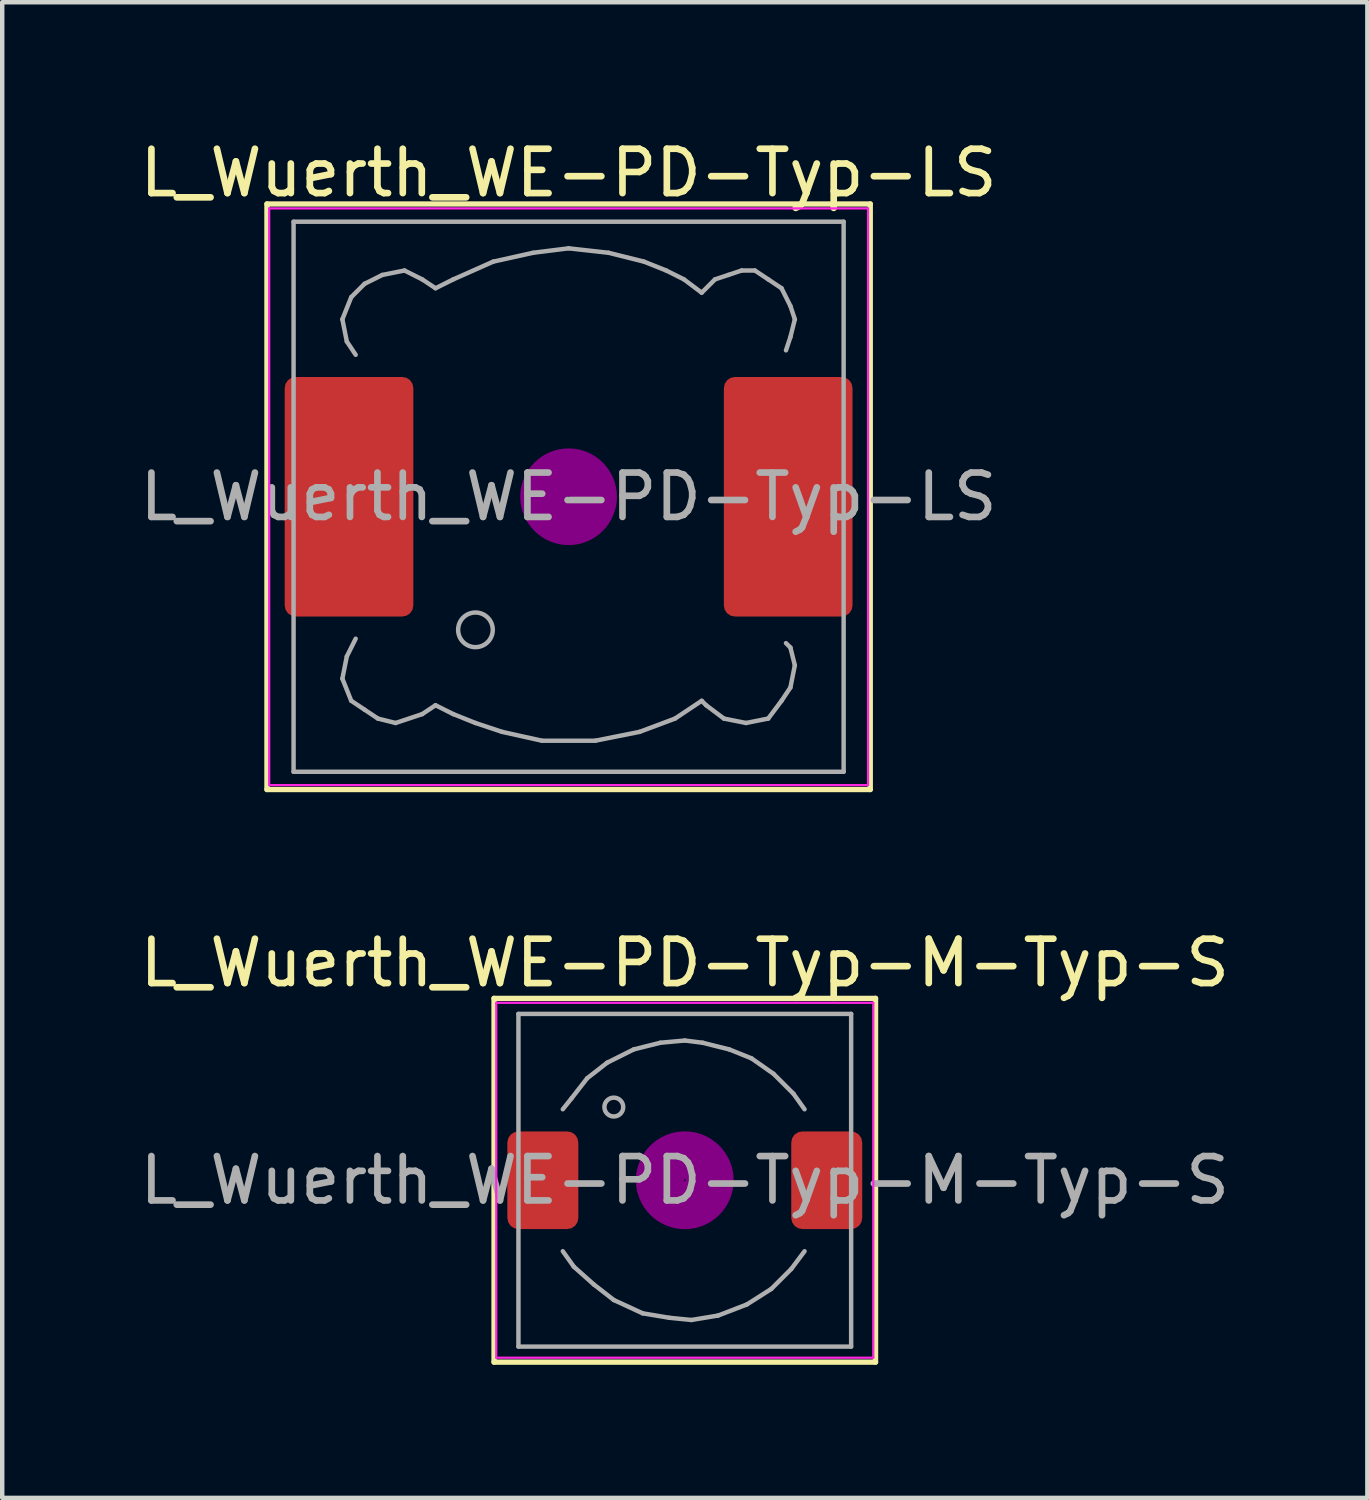
<source format=kicad_pcb>
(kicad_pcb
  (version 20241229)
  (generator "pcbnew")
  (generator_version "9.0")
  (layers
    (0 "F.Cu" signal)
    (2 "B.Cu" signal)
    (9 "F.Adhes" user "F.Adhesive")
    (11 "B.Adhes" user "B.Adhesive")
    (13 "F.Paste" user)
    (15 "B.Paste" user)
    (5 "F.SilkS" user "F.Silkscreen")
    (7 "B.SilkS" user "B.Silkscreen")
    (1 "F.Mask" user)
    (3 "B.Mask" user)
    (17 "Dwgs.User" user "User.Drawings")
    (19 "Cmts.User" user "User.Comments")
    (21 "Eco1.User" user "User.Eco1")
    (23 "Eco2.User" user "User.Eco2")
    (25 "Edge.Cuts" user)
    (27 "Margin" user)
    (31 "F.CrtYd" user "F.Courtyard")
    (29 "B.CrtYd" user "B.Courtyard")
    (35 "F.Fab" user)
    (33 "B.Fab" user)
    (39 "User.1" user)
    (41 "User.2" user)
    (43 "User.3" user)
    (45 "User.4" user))
  (footprint "L_Wuerth_WE-PD-Typ-M-Typ-S"
    (layer "F.Cu")
    (at 12.387 23.556)
    (property "Reference" "L_Wuerth_WE-PD-Typ-M-Typ-S" (at 0 -4.9 0) (layer "F.SilkS") (effects (font (size 1 1) (thickness 0.15))))
    (attr smd)
    (fp_line (start -4.3 -4.1) (end -4.3 4.1) (stroke (width 0.12) (type solid)) (layer "F.SilkS"))
    (fp_line (start -4.3 4.1) (end 4.3 4.1) (stroke (width 0.12) (type solid)) (layer "F.SilkS"))
    (fp_line (start 4.3 -4.1) (end -4.3 -4.1) (stroke (width 0.12) (type solid)) (layer "F.SilkS"))
    (fp_line (start 4.3 4.1) (end 4.3 -4.1) (stroke (width 0.12) (type solid)) (layer "F.SilkS"))
    (fp_circle (center 0 0) (end 0.15 0.15) (stroke (width 0.38) (type solid)) (fill no) (layer "F.Adhes"))
    (fp_circle (center 0 0) (end 0.55 0.05) (stroke (width 0.38) (type solid)) (fill no) (layer "F.Adhes"))
    (fp_circle (center 0 0) (end 0.9 0.15) (stroke (width 0.38) (type solid)) (fill no) (layer "F.Adhes"))
    (fp_line (start -4.25 -4) (end 4.25 -4) (stroke (width 0.05) (type solid)) (layer "F.CrtYd"))
    (fp_line (start -4.25 4) (end -4.25 -4) (stroke (width 0.05) (type solid)) (layer "F.CrtYd"))
    (fp_line (start 4.25 -4) (end 4.25 4) (stroke (width 0.05) (type solid)) (layer "F.CrtYd"))
    (fp_line (start 4.25 4) (end -4.25 4) (stroke (width 0.05) (type solid)) (layer "F.CrtYd"))
    (fp_line (start -3.75 -3.75) (end -3.75 3.75) (stroke (width 0.1) (type solid)) (layer "F.Fab"))
    (fp_line (start -3.75 3.75) (end 3.75 3.75) (stroke (width 0.1) (type solid)) (layer "F.Fab"))
    (fp_line (start -2.75 1.6) (end -2.5 1.95) (stroke (width 0.1) (type solid)) (layer "F.Fab"))
    (fp_line (start -2.55 -1.85) (end -2.75 -1.6) (stroke (width 0.1) (type solid)) (layer "F.Fab"))
    (fp_line (start -2.5 1.95) (end -2.05 2.35) (stroke (width 0.1) (type solid)) (layer "F.Fab"))
    (fp_line (start -2.2 -2.3) (end -2.55 -1.85) (stroke (width 0.1) (type solid)) (layer "F.Fab"))
    (fp_line (start -2.05 2.35) (end -1.6 2.7) (stroke (width 0.1) (type solid)) (layer "F.Fab"))
    (fp_line (start -1.75 -2.65) (end -2.2 -2.3) (stroke (width 0.1) (type solid)) (layer "F.Fab"))
    (fp_line (start -1.6 2.7) (end -0.95 3) (stroke (width 0.1) (type solid)) (layer "F.Fab"))
    (fp_line (start -1.15 -2.95) (end -1.75 -2.65) (stroke (width 0.1) (type solid)) (layer "F.Fab"))
    (fp_line (start -0.95 3) (end -0.35 3.1) (stroke (width 0.1) (type solid)) (layer "F.Fab"))
    (fp_line (start -0.55 -3.1) (end -1.15 -2.95) (stroke (width 0.1) (type solid)) (layer "F.Fab"))
    (fp_line (start -0.35 3.1) (end 0.15 3.15) (stroke (width 0.1) (type solid)) (layer "F.Fab"))
    (fp_line (start 0 -3.15) (end -0.55 -3.1) (stroke (width 0.1) (type solid)) (layer "F.Fab"))
    (fp_line (start 0.15 3.15) (end 0.75 3.05) (stroke (width 0.1) (type solid)) (layer "F.Fab"))
    (fp_line (start 0.4 -3.1) (end 0 -3.15) (stroke (width 0.1) (type solid)) (layer "F.Fab"))
    (fp_line (start 0.75 3.05) (end 1.4 2.8) (stroke (width 0.1) (type solid)) (layer "F.Fab"))
    (fp_line (start 1 -2.95) (end 0.4 -3.1) (stroke (width 0.1) (type solid)) (layer "F.Fab"))
    (fp_line (start 1.4 2.8) (end 1.95 2.45) (stroke (width 0.1) (type solid)) (layer "F.Fab"))
    (fp_line (start 1.5 -2.75) (end 1 -2.95) (stroke (width 0.1) (type solid)) (layer "F.Fab"))
    (fp_line (start 1.95 2.45) (end 2.4 2) (stroke (width 0.1) (type solid)) (layer "F.Fab"))
    (fp_line (start 2 -2.4) (end 1.5 -2.75) (stroke (width 0.1) (type solid)) (layer "F.Fab"))
    (fp_line (start 2.4 2) (end 2.7 1.6) (stroke (width 0.1) (type solid)) (layer "F.Fab"))
    (fp_line (start 2.45 -1.95) (end 2 -2.4) (stroke (width 0.1) (type solid)) (layer "F.Fab"))
    (fp_line (start 2.7 -1.6) (end 2.45 -1.95) (stroke (width 0.1) (type solid)) (layer "F.Fab"))
    (fp_line (start 3.75 -3.75) (end -3.75 -3.75) (stroke (width 0.1) (type solid)) (layer "F.Fab"))
    (fp_line (start 3.75 3.75) (end 3.75 -3.75) (stroke (width 0.1) (type solid)) (layer "F.Fab"))
    (fp_circle (center -1.6 -1.65) (end -1.45 -1.5) (stroke (width 0.1) (type solid)) (fill no) (layer "F.Fab"))
    (fp_text user "${REFERENCE}" (at 0 0 0) (layer "F.Fab") (effects (font (size 1 1) (thickness 0.15))))
    (pad "1" smd roundrect (at -3.2 0) (size 1.6 2.2) (layers "F.Cu" "F.Mask" "F.Paste") (roundrect_rratio 0.156))
    (pad "2" smd roundrect (at 3.2 0) (size 1.6 2.2) (layers "F.Cu" "F.Mask" "F.Paste") (roundrect_rratio 0.156)))
  (footprint "L_Wuerth_WE-PD-Typ-LS"
    (layer "F.Cu")
    (at 9.768 8.148)
    (property "Reference" "L_Wuerth_WE-PD-Typ-LS" (at 0 -7.3 0) (layer "F.SilkS") (effects (font (size 1 1) (thickness 0.15))))
    (attr smd)
    (fp_line (start -6.8 -6.6) (end 6.8 -6.6) (stroke (width 0.12) (type solid)) (layer "F.SilkS"))
    (fp_line (start -6.8 6.6) (end -6.8 -6.6) (stroke (width 0.12) (type solid)) (layer "F.SilkS"))
    (fp_line (start 6.8 -6.6) (end 6.8 6.6) (stroke (width 0.12) (type solid)) (layer "F.SilkS"))
    (fp_line (start 6.8 6.6) (end -6.8 6.6) (stroke (width 0.12) (type solid)) (layer "F.SilkS"))
    (fp_circle (center 0 0) (end 0.15 0.15) (stroke (width 0.38) (type solid)) (fill no) (layer "F.Adhes"))
    (fp_circle (center 0 0) (end 0.55 0) (stroke (width 0.38) (type solid)) (fill no) (layer "F.Adhes"))
    (fp_circle (center 0 0) (end 0.9 0) (stroke (width 0.38) (type solid)) (fill no) (layer "F.Adhes"))
    (fp_line (start -6.75 -6.5) (end 6.75 -6.5) (stroke (width 0.05) (type solid)) (layer "F.CrtYd"))
    (fp_line (start -6.75 6.5) (end -6.75 -6.5) (stroke (width 0.05) (type solid)) (layer "F.CrtYd"))
    (fp_line (start 6.75 -6.5) (end 6.75 6.5) (stroke (width 0.05) (type solid)) (layer "F.CrtYd"))
    (fp_line (start 6.75 6.5) (end -6.75 6.5) (stroke (width 0.05) (type solid)) (layer "F.CrtYd"))
    (fp_line (start -6.2 -6.2) (end -6.2 6.2) (stroke (width 0.1) (type solid)) (layer "F.Fab"))
    (fp_line (start -6.2 6.2) (end 6.2 6.2) (stroke (width 0.1) (type solid)) (layer "F.Fab"))
    (fp_line (start -5.1 -4) (end -5 -3.5) (stroke (width 0.1) (type solid)) (layer "F.Fab"))
    (fp_line (start -5.1 4.1) (end -5 3.6) (stroke (width 0.1) (type solid)) (layer "F.Fab"))
    (fp_line (start -5 -3.5) (end -4.8 -3.2) (stroke (width 0.1) (type solid)) (layer "F.Fab"))
    (fp_line (start -5 3.6) (end -4.8 3.2) (stroke (width 0.1) (type solid)) (layer "F.Fab"))
    (fp_line (start -4.9 -4.5) (end -5.1 -4) (stroke (width 0.1) (type solid)) (layer "F.Fab"))
    (fp_line (start -4.9 4.6) (end -5.1 4.1) (stroke (width 0.1) (type solid)) (layer "F.Fab"))
    (fp_line (start -4.6 -4.8) (end -4.9 -4.5) (stroke (width 0.1) (type solid)) (layer "F.Fab"))
    (fp_line (start -4.6 4.8) (end -4.9 4.6) (stroke (width 0.1) (type solid)) (layer "F.Fab"))
    (fp_line (start -4.3 5) (end -4.6 4.8) (stroke (width 0.1) (type solid)) (layer "F.Fab"))
    (fp_line (start -4.2 -5) (end -4.6 -4.8) (stroke (width 0.1) (type solid)) (layer "F.Fab"))
    (fp_line (start -3.9 5.1) (end -4.3 5) (stroke (width 0.1) (type solid)) (layer "F.Fab"))
    (fp_line (start -3.7 -5.1) (end -4.2 -5) (stroke (width 0.1) (type solid)) (layer "F.Fab"))
    (fp_line (start -3.3 -4.9) (end -3.7 -5.1) (stroke (width 0.1) (type solid)) (layer "F.Fab"))
    (fp_line (start -3.3 4.9) (end -3.9 5.1) (stroke (width 0.1) (type solid)) (layer "F.Fab"))
    (fp_line (start -3 -4.7) (end -3.3 -4.9) (stroke (width 0.1) (type solid)) (layer "F.Fab"))
    (fp_line (start -3 4.7) (end -3.3 4.9) (stroke (width 0.1) (type solid)) (layer "F.Fab"))
    (fp_line (start -2.6 -4.9) (end -3 -4.7) (stroke (width 0.1) (type solid)) (layer "F.Fab"))
    (fp_line (start -2.6 4.9) (end -3 4.7) (stroke (width 0.1) (type solid)) (layer "F.Fab"))
    (fp_line (start -2.1 5.1) (end -2.6 4.9) (stroke (width 0.1) (type solid)) (layer "F.Fab"))
    (fp_line (start -1.7 -5.3) (end -2.6 -4.9) (stroke (width 0.1) (type solid)) (layer "F.Fab"))
    (fp_line (start -1.5 5.3) (end -2.1 5.1) (stroke (width 0.1) (type solid)) (layer "F.Fab"))
    (fp_line (start -0.8 -5.5) (end -1.7 -5.3) (stroke (width 0.1) (type solid)) (layer "F.Fab"))
    (fp_line (start -0.6 5.5) (end -1.5 5.3) (stroke (width 0.1) (type solid)) (layer "F.Fab"))
    (fp_line (start 0 -5.6) (end -0.8 -5.5) (stroke (width 0.1) (type solid)) (layer "F.Fab"))
    (fp_line (start 0.6 5.5) (end -0.6 5.5) (stroke (width 0.1) (type solid)) (layer "F.Fab"))
    (fp_line (start 0.9 -5.5) (end 0 -5.6) (stroke (width 0.1) (type solid)) (layer "F.Fab"))
    (fp_line (start 1.6 5.3) (end 0.6 5.5) (stroke (width 0.1) (type solid)) (layer "F.Fab"))
    (fp_line (start 1.7 -5.3) (end 0.9 -5.5) (stroke (width 0.1) (type solid)) (layer "F.Fab"))
    (fp_line (start 2.2 -5.1) (end 1.7 -5.3) (stroke (width 0.1) (type solid)) (layer "F.Fab"))
    (fp_line (start 2.4 5) (end 1.6 5.3) (stroke (width 0.1) (type solid)) (layer "F.Fab"))
    (fp_line (start 2.6 -4.9) (end 2.2 -5.1) (stroke (width 0.1) (type solid)) (layer "F.Fab"))
    (fp_line (start 3 -4.6) (end 2.6 -4.9) (stroke (width 0.1) (type solid)) (layer "F.Fab"))
    (fp_line (start 3 4.6) (end 2.4 5) (stroke (width 0.1) (type solid)) (layer "F.Fab"))
    (fp_line (start 3.1 4.7) (end 3 4.6) (stroke (width 0.1) (type solid)) (layer "F.Fab"))
    (fp_line (start 3.3 -4.9) (end 3 -4.6) (stroke (width 0.1) (type solid)) (layer "F.Fab"))
    (fp_line (start 3.5 5) (end 3.1 4.7) (stroke (width 0.1) (type solid)) (layer "F.Fab"))
    (fp_line (start 3.6 -5) (end 3.3 -4.9) (stroke (width 0.1) (type solid)) (layer "F.Fab"))
    (fp_line (start 3.9 -5.1) (end 3.6 -5) (stroke (width 0.1) (type solid)) (layer "F.Fab"))
    (fp_line (start 4 5.1) (end 3.5 5) (stroke (width 0.1) (type solid)) (layer "F.Fab"))
    (fp_line (start 4.2 -5.1) (end 3.9 -5.1) (stroke (width 0.1) (type solid)) (layer "F.Fab"))
    (fp_line (start 4.5 -4.9) (end 4.2 -5.1) (stroke (width 0.1) (type solid)) (layer "F.Fab"))
    (fp_line (start 4.5 5) (end 4 5.1) (stroke (width 0.1) (type solid)) (layer "F.Fab"))
    (fp_line (start 4.8 -4.7) (end 4.5 -4.9) (stroke (width 0.1) (type solid)) (layer "F.Fab"))
    (fp_line (start 4.8 4.6) (end 4.5 5) (stroke (width 0.1) (type solid)) (layer "F.Fab"))
    (fp_line (start 4.9 -3.3) (end 5 -3.6) (stroke (width 0.1) (type solid)) (layer "F.Fab"))
    (fp_line (start 4.9 3.3) (end 5 3.4) (stroke (width 0.1) (type solid)) (layer "F.Fab"))
    (fp_line (start 5 -4.3) (end 4.8 -4.7) (stroke (width 0.1) (type solid)) (layer "F.Fab"))
    (fp_line (start 5 -3.6) (end 5.1 -4) (stroke (width 0.1) (type solid)) (layer "F.Fab"))
    (fp_line (start 5 3.4) (end 5.1 3.8) (stroke (width 0.1) (type solid)) (layer "F.Fab"))
    (fp_line (start 5 4.3) (end 4.8 4.6) (stroke (width 0.1) (type solid)) (layer "F.Fab"))
    (fp_line (start 5.1 -4) (end 5 -4.3) (stroke (width 0.1) (type solid)) (layer "F.Fab"))
    (fp_line (start 5.1 3.8) (end 5 4.3) (stroke (width 0.1) (type solid)) (layer "F.Fab"))
    (fp_line (start 6.2 -6.2) (end -6.2 -6.2) (stroke (width 0.1) (type solid)) (layer "F.Fab"))
    (fp_line (start 6.2 6.2) (end 6.2 -6.2) (stroke (width 0.1) (type solid)) (layer "F.Fab"))
    (fp_circle (center -2.1 3) (end -1.8 3.25) (stroke (width 0.1) (type solid)) (fill no) (layer "F.Fab"))
    (fp_text user "${REFERENCE}" (at 0 0 0) (layer "F.Fab") (effects (font (size 1 1) (thickness 0.15))))
    (pad "1" smd roundrect (at -4.95 0) (size 2.9 5.4) (layers "F.Cu" "F.Mask" "F.Paste") (roundrect_rratio 0.086))
    (pad "2" smd roundrect (at 4.95 0) (size 2.9 5.4) (layers "F.Cu" "F.Mask" "F.Paste") (roundrect_rratio 0.086)))
  (gr_rect
    (start -3 -3)
    (end 27.774 30.716)
    (stroke (width 0.1) (type default))
    (fill no)
    (layer "Edge.Cuts")))
</source>
